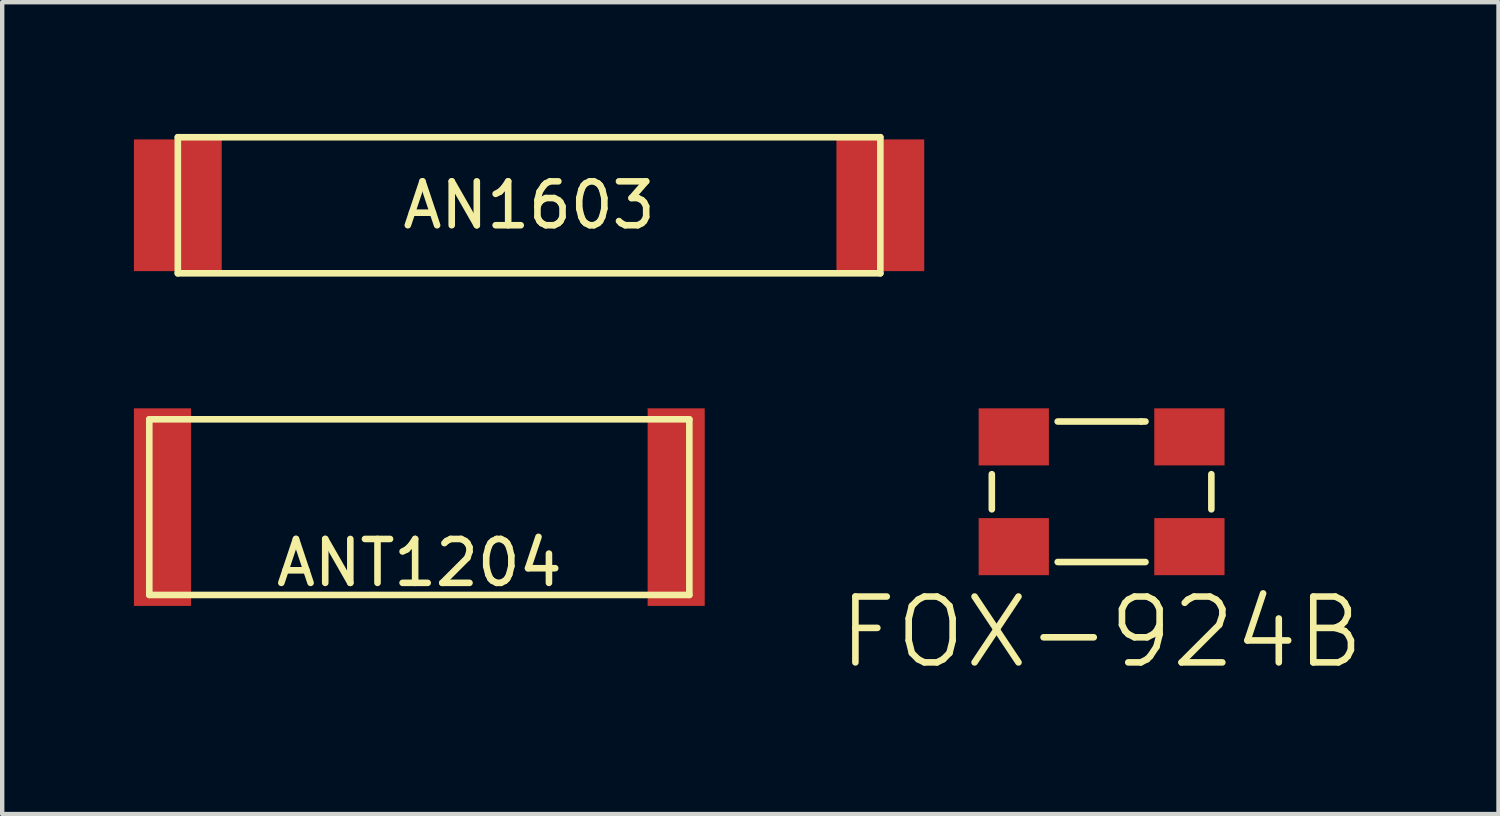
<source format=kicad_pcb>
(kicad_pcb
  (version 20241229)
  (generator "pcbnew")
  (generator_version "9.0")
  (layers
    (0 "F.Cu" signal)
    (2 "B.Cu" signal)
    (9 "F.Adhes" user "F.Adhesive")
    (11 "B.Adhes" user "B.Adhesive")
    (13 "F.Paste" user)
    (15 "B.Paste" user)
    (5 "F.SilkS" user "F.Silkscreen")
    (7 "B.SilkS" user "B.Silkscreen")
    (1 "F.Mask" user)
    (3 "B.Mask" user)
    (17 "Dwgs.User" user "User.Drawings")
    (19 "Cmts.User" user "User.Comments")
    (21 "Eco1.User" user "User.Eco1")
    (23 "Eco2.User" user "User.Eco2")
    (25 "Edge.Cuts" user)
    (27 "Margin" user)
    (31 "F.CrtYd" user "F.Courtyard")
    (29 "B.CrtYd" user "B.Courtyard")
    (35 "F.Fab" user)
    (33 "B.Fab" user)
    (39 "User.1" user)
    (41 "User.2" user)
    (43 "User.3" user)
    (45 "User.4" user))
  (footprint "AN1603"
    (layer "F.Cu")
    (at 9 1.625)
    (property "Reference" "AN1603" (at 0 0 0) (layer "F.SilkS") (effects (font (size 1 1) (thickness 0.15))))
    (attr through_hole)
    (fp_line (start -8 -1.55) (end 8 -1.55) (stroke (width 0.15) (type solid)) (layer "F.SilkS"))
    (fp_line (start -8 1.55) (end -8 -1.55) (stroke (width 0.15) (type solid)) (layer "F.SilkS"))
    (fp_line (start -8 1.55) (end 8 1.55) (stroke (width 0.15) (type solid)) (layer "F.SilkS"))
    (fp_line (start 8 1.55) (end 8 -1.55) (stroke (width 0.15) (type solid)) (layer "F.SilkS"))
    (pad "1" smd rect (at -8 0) (size 2 3) (layers "F.Cu" "F.Mask" "F.Paste"))
    (pad "2" smd rect (at 8 0) (size 2 3) (layers "F.Cu" "F.Mask" "F.Paste")))
  (footprint "ANT1204"
    (layer "F.Cu")
    (at 6.5 8.5)
    (property "Reference" "ANT1204" (at 0 1.27 0) (layer "F.SilkS") (effects (font (size 1 1) (thickness 0.15))))
    (attr through_hole)
    (fp_line (start -6.15 -2) (end 6.15 -2) (stroke (width 0.15) (type solid)) (layer "F.SilkS"))
    (fp_line (start -6.15 2) (end -6.15 -2) (stroke (width 0.15) (type solid)) (layer "F.SilkS"))
    (fp_line (start 6.15 -2) (end 6.15 2) (stroke (width 0.15) (type solid)) (layer "F.SilkS"))
    (fp_line (start 6.15 2) (end -6.15 2) (stroke (width 0.15) (type solid)) (layer "F.SilkS"))
    (pad "1" smd rect (at -5.85 0) (size 1.3 4.5) (layers "F.Cu" "F.Mask" "F.Paste"))
    (pad "2" smd rect (at 5.85 0) (size 1.3 4.5) (layers "F.Cu" "F.Mask" "F.Paste")))
  (footprint "FOX-924B"
    (layer "F.Cu")
    (at 22.039 8.15)
    (property "Reference" "FOX-924B" (at 0 3.2 0) (layer "F.SilkS") (effects (font (size 1.5 1.5) (thickness 0.15))))
    (attr through_hole)
    (fp_line (start -2.5 -0.4) (end -2.5 0.4) (stroke (width 0.15) (type solid)) (layer "F.SilkS"))
    (fp_line (start -1 -1.6) (end 0.9 -1.6) (stroke (width 0.15) (type solid)) (layer "F.SilkS"))
    (fp_line (start -1 1.6) (end 1 1.6) (stroke (width 0.15) (type solid)) (layer "F.SilkS"))
    (fp_line (start 0.9 -1.6) (end 1 -1.6) (stroke (width 0.15) (type solid)) (layer "F.SilkS"))
    (fp_line (start 2.5 -0.4) (end 2.5 0.4) (stroke (width 0.15) (type solid)) (layer "F.SilkS"))
    (pad "1" smd rect (at -2 1.25) (size 1.6 1.3) (layers "F.Cu" "F.Mask" "F.Paste"))
    (pad "2" smd rect (at 2 1.25) (size 1.6 1.3) (layers "F.Cu" "F.Mask" "F.Paste"))
    (pad "3" smd rect (at 2 -1.25) (size 1.6 1.3) (layers "F.Cu" "F.Mask" "F.Paste"))
    (pad "4" smd rect (at -2 -1.25) (size 1.6 1.3) (layers "F.Cu" "F.Mask" "F.Paste")))
  (gr_rect
    (start -3 -3)
    (end 31.079 15.491)
    (stroke (width 0.1) (type default))
    (fill no)
    (layer "Edge.Cuts")))
</source>
